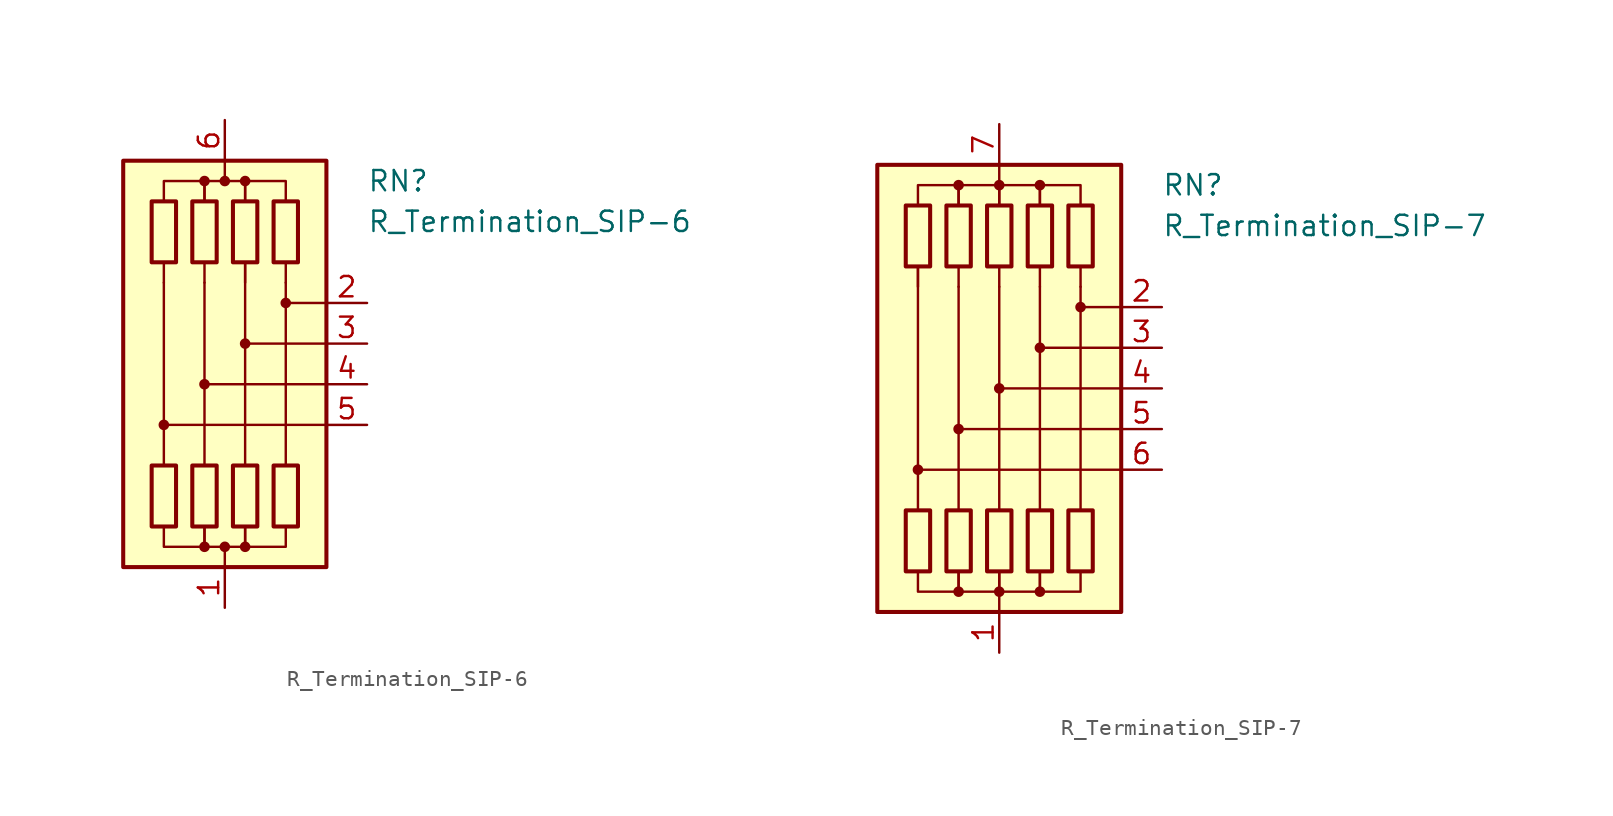
<source format=kicad_sym>
(kicad_symbol_lib
  (version 20211014)
  (generator kicad_symbol_editor)
  (symbol "R_Termination_SIP-6"
    (pin_names
      (offset 0.002) hide)
    (property "Reference" "RN"
      (at 8.89 11.43 0)
      (effects (font (size 1.27 1.27)) (justify left)))
    (property "Value" "R_Termination_SIP-6"
      (at 8.89 8.89 0)
      (effects (font (size 1.27 1.27)) (justify left)))
    (symbol "R_Termination_SIP-6_0_1"
      (rectangle (start -6.35 12.7) (end 6.35 -12.7) (stroke (width 0.254) (type default) (color 0 0 0 0)) (fill (type background)))
      (rectangle (start -4.572 10.16) (end -3.048 6.35) (stroke (width 0.254) (type default) (color 0 0 0 0)) (fill (type none)))
      (circle (center -3.81 -3.81) (radius 0.254) (stroke (width 0) (type default) (color 0 0 0 0)) (fill (type outline)))
      (rectangle (start -3.048 -10.16) (end -4.572 -6.35) (stroke (width 0.254) (type default) (color 0 0 0 0)) (fill (type none)))
      (rectangle (start -2.032 10.16) (end -0.508 6.35) (stroke (width 0.254) (type default) (color 0 0 0 0)) (fill (type none)))
      (circle (center -1.27 -11.43) (radius 0.254) (stroke (width 0) (type default) (color 0 0 0 0)) (fill (type outline)))
      (circle (center -1.27 -1.27) (radius 0.254) (stroke (width 0) (type default) (color 0 0 0 0)) (fill (type outline)))
      (circle (center -1.27 11.43) (radius 0.254) (stroke (width 0) (type default) (color 0 0 0 0)) (fill (type outline)))
      (rectangle (start -0.508 -10.16) (end -2.032 -6.35) (stroke (width 0.254) (type default) (color 0 0 0 0)) (fill (type none)))
      (circle (center 0 -11.43) (radius 0.254) (stroke (width 0) (type default) (color 0 0 0 0)) (fill (type outline)))
      (polyline (pts (xy -3.81 5.08) (xy -3.81 -6.35)) (stroke (width 0.152) (type default) (color 0 0 0 0)) (fill (type none)))
      (polyline (pts (xy -3.81 6.35) (xy -3.81 5.08)) (stroke (width 0) (type default) (color 0 0 0 0)) (fill (type none)))
      (polyline (pts (xy -1.27 5.08) (xy -1.27 -6.35)) (stroke (width 0.152) (type default) (color 0 0 0 0)) (fill (type none)))
      (polyline (pts (xy -1.27 6.35) (xy -1.27 5.08)) (stroke (width 0) (type default) (color 0 0 0 0)) (fill (type none)))
      (polyline (pts (xy 0 -12.7) (xy 0 -11.43)) (stroke (width 0) (type default) (color 0 0 0 0)) (fill (type none)))
      (polyline (pts (xy 0 12.7) (xy 0 11.43)) (stroke (width 0) (type default) (color 0 0 0 0)) (fill (type none)))
      (polyline (pts (xy 1.27 6.35) (xy 1.27 -6.35)) (stroke (width 0.152) (type default) (color 0 0 0 0)) (fill (type none)))
      (polyline (pts (xy 1.27 6.35) (xy 1.27 5.08)) (stroke (width 0) (type default) (color 0 0 0 0)) (fill (type none)))
      (polyline (pts (xy 3.81 5.08) (xy 3.81 -6.35)) (stroke (width 0.152) (type default) (color 0 0 0 0)) (fill (type none)))
      (polyline (pts (xy 3.81 6.35) (xy 3.81 5.08)) (stroke (width 0) (type default) (color 0 0 0 0)) (fill (type none)))
      (polyline (pts (xy 6.35 -3.81) (xy -3.81 -3.81)) (stroke (width 0.152) (type default) (color 0 0 0 0)) (fill (type none)))
      (polyline (pts (xy 6.35 -1.27) (xy -1.27 -1.27)) (stroke (width 0.152) (type default) (color 0 0 0 0)) (fill (type none)))
      (polyline (pts (xy 6.35 1.27) (xy 1.27 1.27)) (stroke (width 0.152) (type default) (color 0 0 0 0)) (fill (type none)))
      (polyline (pts (xy 6.35 3.81) (xy 3.81 3.81)) (stroke (width 0.152) (type default) (color 0 0 0 0)) (fill (type none)))
      (polyline (pts (xy -3.81 10.16) (xy -3.81 11.43) (xy -1.27 11.43) (xy -1.27 10.16)) (stroke (width 0) (type default) (color 0 0 0 0)) (fill (type none)))
      (polyline (pts (xy -1.27 -10.16) (xy -1.27 -11.43) (xy -3.81 -11.43) (xy -3.81 -10.16)) (stroke (width 0) (type default) (color 0 0 0 0)) (fill (type none)))
      (polyline (pts (xy -1.27 10.16) (xy -1.27 11.43) (xy 1.27 11.43) (xy 1.27 10.16)) (stroke (width 0) (type default) (color 0 0 0 0)) (fill (type none)))
      (polyline (pts (xy 1.27 -10.16) (xy 1.27 -11.43) (xy -1.27 -11.43) (xy -1.27 -10.16)) (stroke (width 0) (type default) (color 0 0 0 0)) (fill (type none)))
      (polyline (pts (xy 1.27 10.16) (xy 1.27 11.43) (xy 3.81 11.43) (xy 3.81 10.16)) (stroke (width 0) (type default) (color 0 0 0 0)) (fill (type none)))
      (polyline (pts (xy 3.81 -10.16) (xy 3.81 -11.43) (xy 1.27 -11.43) (xy 1.27 -10.16)) (stroke (width 0) (type default) (color 0 0 0 0)) (fill (type none)))
      (circle (center 0 11.43) (radius 0.254) (stroke (width 0) (type default) (color 0 0 0 0)) (fill (type outline)))
      (rectangle (start 0.508 10.16) (end 2.032 6.35) (stroke (width 0.254) (type default) (color 0 0 0 0)) (fill (type none)))
      (circle (center 1.27 -11.43) (radius 0.254) (stroke (width 0) (type default) (color 0 0 0 0)) (fill (type outline)))
      (circle (center 1.27 1.27) (radius 0.254) (stroke (width 0) (type default) (color 0 0 0 0)) (fill (type outline)))
      (circle (center 1.27 11.43) (radius 0.254) (stroke (width 0) (type default) (color 0 0 0 0)) (fill (type outline)))
      (rectangle (start 2.032 -10.16) (end 0.508 -6.35) (stroke (width 0.254) (type default) (color 0 0 0 0)) (fill (type none)))
      (rectangle (start 3.048 10.16) (end 4.572 6.35) (stroke (width 0.254) (type default) (color 0 0 0 0)) (fill (type none)))
      (circle (center 3.81 3.81) (radius 0.254) (stroke (width 0) (type default) (color 0 0 0 0)) (fill (type outline)))
      (rectangle (start 4.572 -10.16) (end 3.048 -6.35) (stroke (width 0.254) (type default) (color 0 0 0 0)) (fill (type none))))
    (symbol "R_Termination_SIP-6_1_1"
      (pin passive line (at 0 -15.24 90) (length 2.54) (name "common" (effects (font (size 1.27 1.27)))) (number "1" (effects (font (size 1.27 1.27)))))
      (pin passive line (at 8.89 3.81 180) (length 2.54) (name "R2" (effects (font (size 1.27 1.27)))) (number "2" (effects (font (size 1.27 1.27)))))
      (pin passive line (at 8.89 1.27 180) (length 2.54) (name "R3" (effects (font (size 1.27 1.27)))) (number "3" (effects (font (size 1.27 1.27)))))
      (pin passive line (at 8.89 -1.27 180) (length 2.54) (name "R4" (effects (font (size 1.27 1.27)))) (number "4" (effects (font (size 1.27 1.27)))))
      (pin passive line (at 8.89 -3.81 180) (length 2.54) (name "R5" (effects (font (size 1.27 1.27)))) (number "5" (effects (font (size 1.27 1.27)))))
      (pin passive line (at 0 15.24 270) (length 2.54) (name "common" (effects (font (size 1.27 1.27)))) (number "6" (effects (font (size 1.27 1.27)))))))
  (symbol "R_Termination_SIP-7"
    (pin_names
      (offset 0.002) hide)
    (property "Reference" "RN"
      (at 10.16 12.7 0)
      (effects (font (size 1.27 1.27)) (justify left)))
    (property "Value" "R_Termination_SIP-7"
      (at 10.16 10.16 0)
      (effects (font (size 1.27 1.27)) (justify left)))
    (symbol "R_Termination_SIP-7_0_1"
      (rectangle (start -7.62 13.97) (end 7.62 -13.97) (stroke (width 0.254) (type default) (color 0 0 0 0)) (fill (type background)))
      (rectangle (start -5.842 11.43) (end -4.318 7.62) (stroke (width 0.254) (type default) (color 0 0 0 0)) (fill (type none)))
      (circle (center -5.08 -5.08) (radius 0.254) (stroke (width 0) (type default) (color 0 0 0 0)) (fill (type outline)))
      (rectangle (start -4.318 -11.43) (end -5.842 -7.62) (stroke (width 0.254) (type default) (color 0 0 0 0)) (fill (type none)))
      (rectangle (start -3.302 11.43) (end -1.778 7.62) (stroke (width 0.254) (type default) (color 0 0 0 0)) (fill (type none)))
      (circle (center -2.54 -12.7) (radius 0.254) (stroke (width 0) (type default) (color 0 0 0 0)) (fill (type outline)))
      (circle (center -2.54 -2.54) (radius 0.254) (stroke (width 0) (type default) (color 0 0 0 0)) (fill (type outline)))
      (circle (center -2.54 12.7) (radius 0.254) (stroke (width 0) (type default) (color 0 0 0 0)) (fill (type outline)))
      (rectangle (start -1.778 -11.43) (end -3.302 -7.62) (stroke (width 0.254) (type default) (color 0 0 0 0)) (fill (type none)))
      (rectangle (start -0.762 11.43) (end 0.762 7.62) (stroke (width 0.254) (type default) (color 0 0 0 0)) (fill (type none)))
      (circle (center 0 -12.7) (radius 0.254) (stroke (width 0) (type default) (color 0 0 0 0)) (fill (type outline)))
      (polyline (pts (xy -5.08 7.62) (xy -5.08 -7.62)) (stroke (width 0.152) (type default) (color 0 0 0 0)) (fill (type none)))
      (polyline (pts (xy -5.08 7.62) (xy -5.08 6.35)) (stroke (width 0) (type default) (color 0 0 0 0)) (fill (type none)))
      (polyline (pts (xy -2.54 6.35) (xy -2.54 -7.62)) (stroke (width 0.152) (type default) (color 0 0 0 0)) (fill (type none)))
      (polyline (pts (xy -2.54 7.62) (xy -2.54 6.35)) (stroke (width 0) (type default) (color 0 0 0 0)) (fill (type none)))
      (polyline (pts (xy 0 -13.97) (xy 0 -12.7)) (stroke (width 0) (type default) (color 0 0 0 0)) (fill (type none)))
      (polyline (pts (xy 0 6.35) (xy 0 -7.62)) (stroke (width 0.152) (type default) (color 0 0 0 0)) (fill (type none)))
      (polyline (pts (xy 0 7.62) (xy 0 6.35)) (stroke (width 0) (type default) (color 0 0 0 0)) (fill (type none)))
      (polyline (pts (xy 0 13.97) (xy 0 12.7)) (stroke (width 0) (type default) (color 0 0 0 0)) (fill (type none)))
      (polyline (pts (xy 2.54 6.35) (xy 2.54 -7.62)) (stroke (width 0.152) (type default) (color 0 0 0 0)) (fill (type none)))
      (polyline (pts (xy 2.54 7.62) (xy 2.54 6.35)) (stroke (width 0) (type default) (color 0 0 0 0)) (fill (type none)))
      (polyline (pts (xy 5.08 6.35) (xy 5.08 -7.62)) (stroke (width 0.152) (type default) (color 0 0 0 0)) (fill (type none)))
      (polyline (pts (xy 5.08 7.62) (xy 5.08 6.35)) (stroke (width 0) (type default) (color 0 0 0 0)) (fill (type none)))
      (polyline (pts (xy 7.62 -5.08) (xy -5.08 -5.08)) (stroke (width 0.152) (type default) (color 0 0 0 0)) (fill (type none)))
      (polyline (pts (xy 7.62 -2.54) (xy -2.54 -2.54)) (stroke (width 0.152) (type default) (color 0 0 0 0)) (fill (type none)))
      (polyline (pts (xy 7.62 0) (xy 0 0)) (stroke (width 0.152) (type default) (color 0 0 0 0)) (fill (type none)))
      (polyline (pts (xy 7.62 2.54) (xy 2.54 2.54)) (stroke (width 0.152) (type default) (color 0 0 0 0)) (fill (type none)))
      (polyline (pts (xy 7.62 5.08) (xy 5.08 5.08)) (stroke (width 0.152) (type default) (color 0 0 0 0)) (fill (type none)))
      (polyline (pts (xy -5.08 11.43) (xy -5.08 12.7) (xy -2.54 12.7) (xy -2.54 11.43)) (stroke (width 0) (type default) (color 0 0 0 0)) (fill (type none)))
      (polyline (pts (xy -2.54 -11.43) (xy -2.54 -12.7) (xy -5.08 -12.7) (xy -5.08 -11.43)) (stroke (width 0) (type default) (color 0 0 0 0)) (fill (type none)))
      (polyline (pts (xy -2.54 11.43) (xy -2.54 12.7) (xy 0 12.7) (xy 0 11.43)) (stroke (width 0) (type default) (color 0 0 0 0)) (fill (type none)))
      (polyline (pts (xy 0 -11.43) (xy 0 -12.7) (xy -2.54 -12.7) (xy -2.54 -11.43)) (stroke (width 0) (type default) (color 0 0 0 0)) (fill (type none)))
      (polyline (pts (xy 0 11.43) (xy 0 12.7) (xy 2.54 12.7) (xy 2.54 11.43)) (stroke (width 0) (type default) (color 0 0 0 0)) (fill (type none)))
      (polyline (pts (xy 2.54 -11.43) (xy 2.54 -12.7) (xy 0 -12.7) (xy 0 -11.43)) (stroke (width 0) (type default) (color 0 0 0 0)) (fill (type none)))
      (polyline (pts (xy 2.54 11.43) (xy 2.54 12.7) (xy 5.08 12.7) (xy 5.08 11.43)) (stroke (width 0) (type default) (color 0 0 0 0)) (fill (type none)))
      (polyline (pts (xy 5.08 -11.43) (xy 5.08 -12.7) (xy 2.54 -12.7) (xy 2.54 -11.43)) (stroke (width 0) (type default) (color 0 0 0 0)) (fill (type none)))
      (circle (center 0 0) (radius 0.254) (stroke (width 0) (type default) (color 0 0 0 0)) (fill (type outline)))
      (circle (center 0 12.7) (radius 0.254) (stroke (width 0) (type default) (color 0 0 0 0)) (fill (type outline)))
      (rectangle (start 0.762 -11.43) (end -0.762 -7.62) (stroke (width 0.254) (type default) (color 0 0 0 0)) (fill (type none)))
      (rectangle (start 1.778 11.43) (end 3.302 7.62) (stroke (width 0.254) (type default) (color 0 0 0 0)) (fill (type none)))
      (circle (center 2.54 -12.7) (radius 0.254) (stroke (width 0) (type default) (color 0 0 0 0)) (fill (type outline)))
      (circle (center 2.54 2.54) (radius 0.254) (stroke (width 0) (type default) (color 0 0 0 0)) (fill (type outline)))
      (circle (center 2.54 12.7) (radius 0.254) (stroke (width 0) (type default) (color 0 0 0 0)) (fill (type outline)))
      (rectangle (start 3.302 -11.43) (end 1.778 -7.62) (stroke (width 0.254) (type default) (color 0 0 0 0)) (fill (type none)))
      (rectangle (start 4.318 11.43) (end 5.842 7.62) (stroke (width 0.254) (type default) (color 0 0 0 0)) (fill (type none)))
      (circle (center 5.08 5.08) (radius 0.254) (stroke (width 0) (type default) (color 0 0 0 0)) (fill (type outline)))
      (rectangle (start 5.842 -11.43) (end 4.318 -7.62) (stroke (width 0.254) (type default) (color 0 0 0 0)) (fill (type none))))
    (symbol "R_Termination_SIP-7_1_1"
      (pin passive line (at 0 -16.51 90) (length 2.54) (name "common" (effects (font (size 1.27 1.27)))) (number "1" (effects (font (size 1.27 1.27)))))
      (pin passive line (at 10.16 5.08 180) (length 2.54) (name "R2" (effects (font (size 1.27 1.27)))) (number "2" (effects (font (size 1.27 1.27)))))
      (pin passive line (at 10.16 2.54 180) (length 2.54) (name "R3" (effects (font (size 1.27 1.27)))) (number "3" (effects (font (size 1.27 1.27)))))
      (pin passive line (at 10.16 0 180) (length 2.54) (name "R4" (effects (font (size 1.27 1.27)))) (number "4" (effects (font (size 1.27 1.27)))))
      (pin passive line (at 10.16 -2.54 180) (length 2.54) (name "R5" (effects (font (size 1.27 1.27)))) (number "5" (effects (font (size 1.27 1.27)))))
      (pin passive line (at 10.16 -5.08 180) (length 2.54) (name "R6" (effects (font (size 1.27 1.27)))) (number "6" (effects (font (size 1.27 1.27)))))
      (pin passive line (at 0 16.51 270) (length 2.54) (name "common" (effects (font (size 1.27 1.27)))) (number "7" (effects (font (size 1.27 1.27))))))))
</source>
